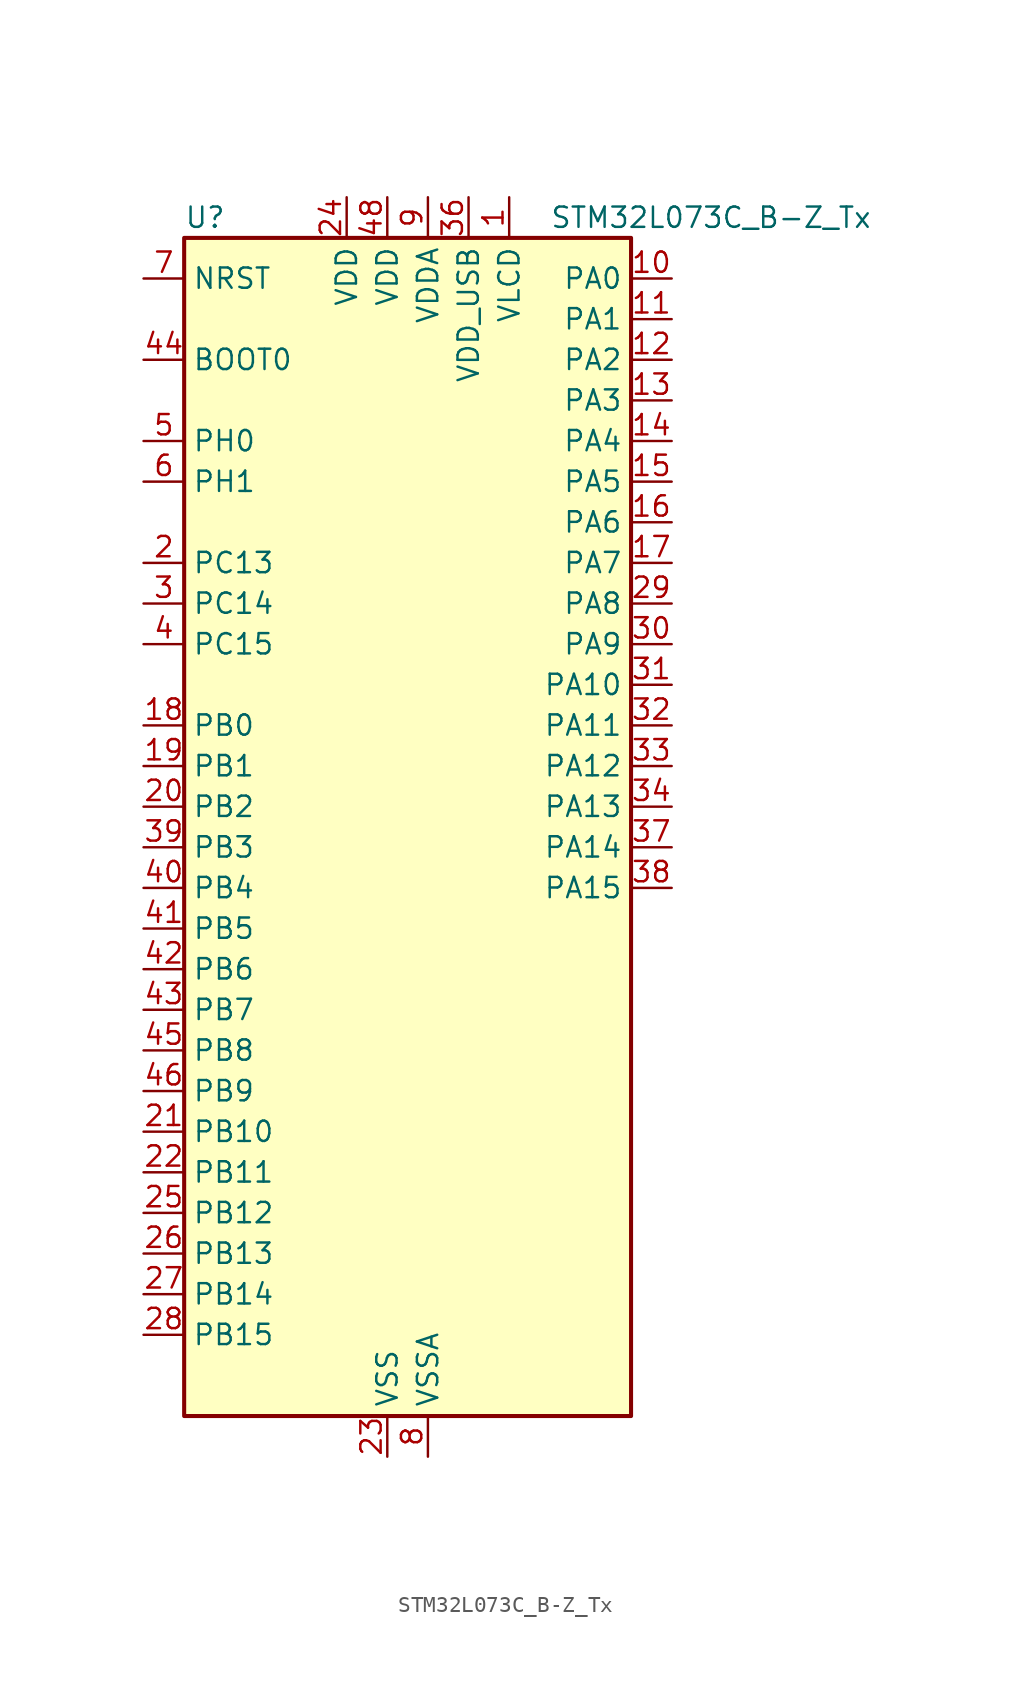
<source format=kicad_sym>
(kicad_symbol_lib
  (version 20220914)
  (generator kicad_symbol_editor)
  (symbol "STM32L073C_B-Z_Tx"
    (property "Reference" "U"
      (at -12.7 39.37 0)
      (effects (font (size 1.27 1.27)) (justify left)))
    (property "Value" "STM32L073C_B-Z_Tx"
      (at 10.16 39.37 0)
      (effects (font (size 1.27 1.27)) (justify left)))
    (property "ki_locked" ""
      (at 0 0 0)
      (effects (font (size 1.27 1.27))))
    (symbol "STM32L073C_B-Z_Tx_0_1"
      (rectangle (start -12.7 -35.56) (end 15.24 38.1) (stroke (width 0.254) (type default)) (fill (type background))))
    (symbol "STM32L073C_B-Z_Tx_1_1"
      (pin power_in line (at 7.62 40.64 270) (length 2.54) (name "VLCD" (effects (font (size 1.27 1.27)))) (number "1" (effects (font (size 1.27 1.27)))))
      (pin bidirectional line (at 17.78 35.56 180) (length 2.54) (name "PA0" (effects (font (size 1.27 1.27)))) (number "10" (effects (font (size 1.27 1.27)))) (alternate "ADC_IN0" bidirectional line) (alternate "COMP1_INM" bidirectional line) (alternate "COMP1_OUT" bidirectional line) (alternate "RTC_TAMP2" bidirectional line) (alternate "SYS_WKUP1" bidirectional line) (alternate "TIM2_CH1" bidirectional line) (alternate "TIM2_ETR" bidirectional line) (alternate "TSC_G1_IO1" bidirectional line) (alternate "USART2_CTS" bidirectional line) (alternate "USART4_TX" bidirectional line))
      (pin bidirectional line (at 17.78 33.02 180) (length 2.54) (name "PA1" (effects (font (size 1.27 1.27)))) (number "11" (effects (font (size 1.27 1.27)))) (alternate "ADC_IN1" bidirectional line) (alternate "COMP1_INP" bidirectional line) (alternate "LCD_SEG0" bidirectional line) (alternate "TIM21_ETR" bidirectional line) (alternate "TIM2_CH2" bidirectional line) (alternate "TSC_G1_IO2" bidirectional line) (alternate "USART2_DE" bidirectional line) (alternate "USART2_RTS" bidirectional line) (alternate "USART4_RX" bidirectional line))
      (pin bidirectional line (at 17.78 30.48 180) (length 2.54) (name "PA2" (effects (font (size 1.27 1.27)))) (number "12" (effects (font (size 1.27 1.27)))) (alternate "ADC_IN2" bidirectional line) (alternate "COMP2_INM" bidirectional line) (alternate "COMP2_OUT" bidirectional line) (alternate "LCD_SEG1" bidirectional line) (alternate "LPUART1_TX" bidirectional line) (alternate "TIM21_CH1" bidirectional line) (alternate "TIM2_CH3" bidirectional line) (alternate "TSC_G1_IO3" bidirectional line) (alternate "USART2_TX" bidirectional line))
      (pin bidirectional line (at 17.78 27.94 180) (length 2.54) (name "PA3" (effects (font (size 1.27 1.27)))) (number "13" (effects (font (size 1.27 1.27)))) (alternate "ADC_IN3" bidirectional line) (alternate "COMP2_INP" bidirectional line) (alternate "LCD_SEG2" bidirectional line) (alternate "LPUART1_RX" bidirectional line) (alternate "TIM21_CH2" bidirectional line) (alternate "TIM2_CH4" bidirectional line) (alternate "TSC_G1_IO4" bidirectional line) (alternate "USART2_RX" bidirectional line))
      (pin bidirectional line (at 17.78 25.4 180) (length 2.54) (name "PA4" (effects (font (size 1.27 1.27)))) (number "14" (effects (font (size 1.27 1.27)))) (alternate "ADC_IN4" bidirectional line) (alternate "COMP1_INM" bidirectional line) (alternate "COMP2_INM" bidirectional line) (alternate "DAC_OUT1" bidirectional line) (alternate "SPI1_NSS" bidirectional line) (alternate "TIM22_ETR" bidirectional line) (alternate "TSC_G2_IO1" bidirectional line) (alternate "USART2_CK" bidirectional line))
      (pin bidirectional line (at 17.78 22.86 180) (length 2.54) (name "PA5" (effects (font (size 1.27 1.27)))) (number "15" (effects (font (size 1.27 1.27)))) (alternate "ADC_IN5" bidirectional line) (alternate "COMP1_INM" bidirectional line) (alternate "COMP2_INM" bidirectional line) (alternate "DAC_OUT2" bidirectional line) (alternate "SPI1_SCK" bidirectional line) (alternate "TIM2_CH1" bidirectional line) (alternate "TIM2_ETR" bidirectional line) (alternate "TSC_G2_IO2" bidirectional line))
      (pin bidirectional line (at 17.78 20.32 180) (length 2.54) (name "PA6" (effects (font (size 1.27 1.27)))) (number "16" (effects (font (size 1.27 1.27)))) (alternate "ADC_IN6" bidirectional line) (alternate "COMP1_OUT" bidirectional line) (alternate "LCD_SEG3" bidirectional line) (alternate "LPUART1_CTS" bidirectional line) (alternate "SPI1_MISO" bidirectional line) (alternate "TIM22_CH1" bidirectional line) (alternate "TIM3_CH1" bidirectional line) (alternate "TSC_G2_IO3" bidirectional line))
      (pin bidirectional line (at 17.78 17.78 180) (length 2.54) (name "PA7" (effects (font (size 1.27 1.27)))) (number "17" (effects (font (size 1.27 1.27)))) (alternate "ADC_IN7" bidirectional line) (alternate "COMP2_OUT" bidirectional line) (alternate "LCD_SEG4" bidirectional line) (alternate "SPI1_MOSI" bidirectional line) (alternate "TIM22_CH2" bidirectional line) (alternate "TIM3_CH2" bidirectional line) (alternate "TSC_G2_IO4" bidirectional line))
      (pin bidirectional line (at -15.24 7.62 0) (length 2.54) (name "PB0" (effects (font (size 1.27 1.27)))) (number "18" (effects (font (size 1.27 1.27)))) (alternate "ADC_IN8" bidirectional line) (alternate "LCD_SEG5" bidirectional line) (alternate "LCD_VLCD3" bidirectional line) (alternate "SYS_VREF_OUT_PB0" bidirectional line) (alternate "TIM3_CH3" bidirectional line) (alternate "TSC_G3_IO2" bidirectional line))
      (pin bidirectional line (at -15.24 5.08 0) (length 2.54) (name "PB1" (effects (font (size 1.27 1.27)))) (number "19" (effects (font (size 1.27 1.27)))) (alternate "ADC_IN9" bidirectional line) (alternate "LCD_SEG6" bidirectional line) (alternate "LPUART1_DE" bidirectional line) (alternate "LPUART1_RTS" bidirectional line) (alternate "SYS_VREF_OUT_PB1" bidirectional line) (alternate "TIM3_CH4" bidirectional line) (alternate "TSC_G3_IO3" bidirectional line))
      (pin bidirectional line (at -15.24 17.78 0) (length 2.54) (name "PC13" (effects (font (size 1.27 1.27)))) (number "2" (effects (font (size 1.27 1.27)))) (alternate "RTC_OUT_ALARM" bidirectional line) (alternate "RTC_OUT_CALIB" bidirectional line) (alternate "RTC_TAMP1" bidirectional line) (alternate "RTC_TS" bidirectional line) (alternate "SYS_WKUP2" bidirectional line))
      (pin bidirectional line (at -15.24 2.54 0) (length 2.54) (name "PB2" (effects (font (size 1.27 1.27)))) (number "20" (effects (font (size 1.27 1.27)))) (alternate "I2C3_SMBA" bidirectional line) (alternate "LCD_VLCD2" bidirectional line) (alternate "LPTIM1_OUT" bidirectional line) (alternate "TSC_G3_IO4" bidirectional line))
      (pin bidirectional line (at -15.24 -17.78 0) (length 2.54) (name "PB10" (effects (font (size 1.27 1.27)))) (number "21" (effects (font (size 1.27 1.27)))) (alternate "I2C2_SCL" bidirectional line) (alternate "LCD_SEG10" bidirectional line) (alternate "LPUART1_RX" bidirectional line) (alternate "LPUART1_TX" bidirectional line) (alternate "SPI2_SCK" bidirectional line) (alternate "TIM2_CH3" bidirectional line) (alternate "TSC_SYNC" bidirectional line))
      (pin bidirectional line (at -15.24 -20.32 0) (length 2.54) (name "PB11" (effects (font (size 1.27 1.27)))) (number "22" (effects (font (size 1.27 1.27)))) (alternate "ADC_EXTI11" bidirectional line) (alternate "I2C2_SDA" bidirectional line) (alternate "LCD_SEG11" bidirectional line) (alternate "LPUART1_RX" bidirectional line) (alternate "LPUART1_TX" bidirectional line) (alternate "TIM2_CH4" bidirectional line) (alternate "TSC_G6_IO1" bidirectional line))
      (pin power_in line (at 0 -38.1 90) (length 2.54) (name "VSS" (effects (font (size 1.27 1.27)))) (number "23" (effects (font (size 1.27 1.27)))))
      (pin power_in line (at -2.54 40.64 270) (length 2.54) (name "VDD" (effects (font (size 1.27 1.27)))) (number "24" (effects (font (size 1.27 1.27)))))
      (pin bidirectional line (at -15.24 -22.86 0) (length 2.54) (name "PB12" (effects (font (size 1.27 1.27)))) (number "25" (effects (font (size 1.27 1.27)))) (alternate "I2S2_WS" bidirectional line) (alternate "LCD_SEG12" bidirectional line) (alternate "LCD_VLCD2" bidirectional line) (alternate "LPUART1_DE" bidirectional line) (alternate "LPUART1_RTS" bidirectional line) (alternate "SPI2_NSS" bidirectional line) (alternate "TSC_G6_IO2" bidirectional line))
      (pin bidirectional line (at -15.24 -25.4 0) (length 2.54) (name "PB13" (effects (font (size 1.27 1.27)))) (number "26" (effects (font (size 1.27 1.27)))) (alternate "I2C2_SCL" bidirectional line) (alternate "I2S2_CK" bidirectional line) (alternate "LCD_SEG13" bidirectional line) (alternate "LPUART1_CTS" bidirectional line) (alternate "RCC_MCO" bidirectional line) (alternate "SPI2_SCK" bidirectional line) (alternate "TIM21_CH1" bidirectional line) (alternate "TSC_G6_IO3" bidirectional line))
      (pin bidirectional line (at -15.24 -27.94 0) (length 2.54) (name "PB14" (effects (font (size 1.27 1.27)))) (number "27" (effects (font (size 1.27 1.27)))) (alternate "I2C2_SDA" bidirectional line) (alternate "I2S2_MCK" bidirectional line) (alternate "LCD_SEG14" bidirectional line) (alternate "LPUART1_DE" bidirectional line) (alternate "LPUART1_RTS" bidirectional line) (alternate "RTC_OUT_ALARM" bidirectional line) (alternate "RTC_OUT_CALIB" bidirectional line) (alternate "SPI2_MISO" bidirectional line) (alternate "TIM21_CH2" bidirectional line) (alternate "TSC_G6_IO4" bidirectional line))
      (pin bidirectional line (at -15.24 -30.48 0) (length 2.54) (name "PB15" (effects (font (size 1.27 1.27)))) (number "28" (effects (font (size 1.27 1.27)))) (alternate "I2S2_SD" bidirectional line) (alternate "LCD_SEG15" bidirectional line) (alternate "RTC_REFIN" bidirectional line) (alternate "SPI2_MOSI" bidirectional line))
      (pin bidirectional line (at 17.78 15.24 180) (length 2.54) (name "PA8" (effects (font (size 1.27 1.27)))) (number "29" (effects (font (size 1.27 1.27)))) (alternate "CRS_SYNC" bidirectional line) (alternate "I2C3_SCL" bidirectional line) (alternate "LCD_COM0" bidirectional line) (alternate "RCC_MCO" bidirectional line) (alternate "USART1_CK" bidirectional line))
      (pin bidirectional line (at -15.24 15.24 0) (length 2.54) (name "PC14" (effects (font (size 1.27 1.27)))) (number "3" (effects (font (size 1.27 1.27)))) (alternate "RCC_OSC32_IN" bidirectional line))
      (pin bidirectional line (at 17.78 12.7 180) (length 2.54) (name "PA9" (effects (font (size 1.27 1.27)))) (number "30" (effects (font (size 1.27 1.27)))) (alternate "DAC_EXTI9" bidirectional line) (alternate "I2C1_SCL" bidirectional line) (alternate "I2C3_SMBA" bidirectional line) (alternate "LCD_COM1" bidirectional line) (alternate "RCC_MCO" bidirectional line) (alternate "TSC_G4_IO1" bidirectional line) (alternate "USART1_TX" bidirectional line))
      (pin bidirectional line (at 17.78 10.16 180) (length 2.54) (name "PA10" (effects (font (size 1.27 1.27)))) (number "31" (effects (font (size 1.27 1.27)))) (alternate "I2C1_SDA" bidirectional line) (alternate "LCD_COM2" bidirectional line) (alternate "TSC_G4_IO2" bidirectional line) (alternate "USART1_RX" bidirectional line))
      (pin bidirectional line (at 17.78 7.62 180) (length 2.54) (name "PA11" (effects (font (size 1.27 1.27)))) (number "32" (effects (font (size 1.27 1.27)))) (alternate "ADC_EXTI11" bidirectional line) (alternate "COMP1_OUT" bidirectional line) (alternate "SPI1_MISO" bidirectional line) (alternate "TSC_G4_IO3" bidirectional line) (alternate "USART1_CTS" bidirectional line) (alternate "USB_DM" bidirectional line))
      (pin bidirectional line (at 17.78 5.08 180) (length 2.54) (name "PA12" (effects (font (size 1.27 1.27)))) (number "33" (effects (font (size 1.27 1.27)))) (alternate "COMP2_OUT" bidirectional line) (alternate "SPI1_MOSI" bidirectional line) (alternate "TSC_G4_IO4" bidirectional line) (alternate "USART1_DE" bidirectional line) (alternate "USART1_RTS" bidirectional line) (alternate "USB_DP" bidirectional line))
      (pin bidirectional line (at 17.78 2.54 180) (length 2.54) (name "PA13" (effects (font (size 1.27 1.27)))) (number "34" (effects (font (size 1.27 1.27)))) (alternate "LPUART1_RX" bidirectional line) (alternate "SYS_SWDIO" bidirectional line) (alternate "USB_NOE" bidirectional line))
      (pin passive line (at 0 -38.1 90) (length 2.54) hide (name "VSS" (effects (font (size 1.27 1.27)))) (number "35" (effects (font (size 1.27 1.27)))))
      (pin power_in line (at 5.08 40.64 270) (length 2.54) (name "VDD_USB" (effects (font (size 1.27 1.27)))) (number "36" (effects (font (size 1.27 1.27)))))
      (pin bidirectional line (at 17.78 0 180) (length 2.54) (name "PA14" (effects (font (size 1.27 1.27)))) (number "37" (effects (font (size 1.27 1.27)))) (alternate "LPUART1_TX" bidirectional line) (alternate "SYS_SWCLK" bidirectional line) (alternate "USART2_TX" bidirectional line))
      (pin bidirectional line (at 17.78 -2.54 180) (length 2.54) (name "PA15" (effects (font (size 1.27 1.27)))) (number "38" (effects (font (size 1.27 1.27)))) (alternate "LCD_SEG17" bidirectional line) (alternate "SPI1_NSS" bidirectional line) (alternate "TIM2_CH1" bidirectional line) (alternate "TIM2_ETR" bidirectional line) (alternate "USART2_RX" bidirectional line) (alternate "USART4_DE" bidirectional line) (alternate "USART4_RTS" bidirectional line))
      (pin bidirectional line (at -15.24 0 0) (length 2.54) (name "PB3" (effects (font (size 1.27 1.27)))) (number "39" (effects (font (size 1.27 1.27)))) (alternate "COMP2_INM" bidirectional line) (alternate "LCD_SEG7" bidirectional line) (alternate "SPI1_SCK" bidirectional line) (alternate "TIM2_CH2" bidirectional line) (alternate "TSC_G5_IO1" bidirectional line) (alternate "USART1_DE" bidirectional line) (alternate "USART1_RTS" bidirectional line) (alternate "USART5_TX" bidirectional line))
      (pin bidirectional line (at -15.24 12.7 0) (length 2.54) (name "PC15" (effects (font (size 1.27 1.27)))) (number "4" (effects (font (size 1.27 1.27)))) (alternate "RCC_OSC32_OUT" bidirectional line))
      (pin bidirectional line (at -15.24 -2.54 0) (length 2.54) (name "PB4" (effects (font (size 1.27 1.27)))) (number "40" (effects (font (size 1.27 1.27)))) (alternate "COMP2_INP" bidirectional line) (alternate "I2C3_SDA" bidirectional line) (alternate "LCD_SEG8" bidirectional line) (alternate "SPI1_MISO" bidirectional line) (alternate "TIM22_CH1" bidirectional line) (alternate "TIM3_CH1" bidirectional line) (alternate "TSC_G5_IO2" bidirectional line) (alternate "USART1_CTS" bidirectional line) (alternate "USART5_RX" bidirectional line))
      (pin bidirectional line (at -15.24 -5.08 0) (length 2.54) (name "PB5" (effects (font (size 1.27 1.27)))) (number "41" (effects (font (size 1.27 1.27)))) (alternate "COMP2_INP" bidirectional line) (alternate "I2C1_SMBA" bidirectional line) (alternate "LCD_SEG9" bidirectional line) (alternate "LPTIM1_IN1" bidirectional line) (alternate "SPI1_MOSI" bidirectional line) (alternate "TIM22_CH2" bidirectional line) (alternate "TIM3_CH2" bidirectional line) (alternate "USART1_CK" bidirectional line) (alternate "USART5_CK" bidirectional line) (alternate "USART5_DE" bidirectional line) (alternate "USART5_RTS" bidirectional line))
      (pin bidirectional line (at -15.24 -7.62 0) (length 2.54) (name "PB6" (effects (font (size 1.27 1.27)))) (number "42" (effects (font (size 1.27 1.27)))) (alternate "COMP2_INP" bidirectional line) (alternate "I2C1_SCL" bidirectional line) (alternate "LPTIM1_ETR" bidirectional line) (alternate "TSC_G5_IO3" bidirectional line) (alternate "USART1_TX" bidirectional line))
      (pin bidirectional line (at -15.24 -10.16 0) (length 2.54) (name "PB7" (effects (font (size 1.27 1.27)))) (number "43" (effects (font (size 1.27 1.27)))) (alternate "COMP2_INP" bidirectional line) (alternate "I2C1_SDA" bidirectional line) (alternate "LPTIM1_IN2" bidirectional line) (alternate "SYS_PVD_IN" bidirectional line) (alternate "TSC_G5_IO4" bidirectional line) (alternate "USART1_RX" bidirectional line) (alternate "USART4_CTS" bidirectional line))
      (pin input line (at -15.24 30.48 0) (length 2.54) (name "BOOT0" (effects (font (size 1.27 1.27)))) (number "44" (effects (font (size 1.27 1.27)))))
      (pin bidirectional line (at -15.24 -12.7 0) (length 2.54) (name "PB8" (effects (font (size 1.27 1.27)))) (number "45" (effects (font (size 1.27 1.27)))) (alternate "I2C1_SCL" bidirectional line) (alternate "LCD_SEG16" bidirectional line) (alternate "TSC_SYNC" bidirectional line))
      (pin bidirectional line (at -15.24 -15.24 0) (length 2.54) (name "PB9" (effects (font (size 1.27 1.27)))) (number "46" (effects (font (size 1.27 1.27)))) (alternate "DAC_EXTI9" bidirectional line) (alternate "I2C1_SDA" bidirectional line) (alternate "I2S2_WS" bidirectional line) (alternate "LCD_COM3" bidirectional line) (alternate "SPI2_NSS" bidirectional line))
      (pin passive line (at 0 -38.1 90) (length 2.54) hide (name "VSS" (effects (font (size 1.27 1.27)))) (number "47" (effects (font (size 1.27 1.27)))))
      (pin power_in line (at 0 40.64 270) (length 2.54) (name "VDD" (effects (font (size 1.27 1.27)))) (number "48" (effects (font (size 1.27 1.27)))))
      (pin bidirectional line (at -15.24 25.4 0) (length 2.54) (name "PH0" (effects (font (size 1.27 1.27)))) (number "5" (effects (font (size 1.27 1.27)))) (alternate "CRS_SYNC" bidirectional line) (alternate "RCC_OSC_IN" bidirectional line))
      (pin bidirectional line (at -15.24 22.86 0) (length 2.54) (name "PH1" (effects (font (size 1.27 1.27)))) (number "6" (effects (font (size 1.27 1.27)))) (alternate "RCC_OSC_OUT" bidirectional line))
      (pin input line (at -15.24 35.56 0) (length 2.54) (name "NRST" (effects (font (size 1.27 1.27)))) (number "7" (effects (font (size 1.27 1.27)))))
      (pin power_in line (at 2.54 -38.1 90) (length 2.54) (name "VSSA" (effects (font (size 1.27 1.27)))) (number "8" (effects (font (size 1.27 1.27)))))
      (pin power_in line (at 2.54 40.64 270) (length 2.54) (name "VDDA" (effects (font (size 1.27 1.27)))) (number "9" (effects (font (size 1.27 1.27))))))))
</source>
